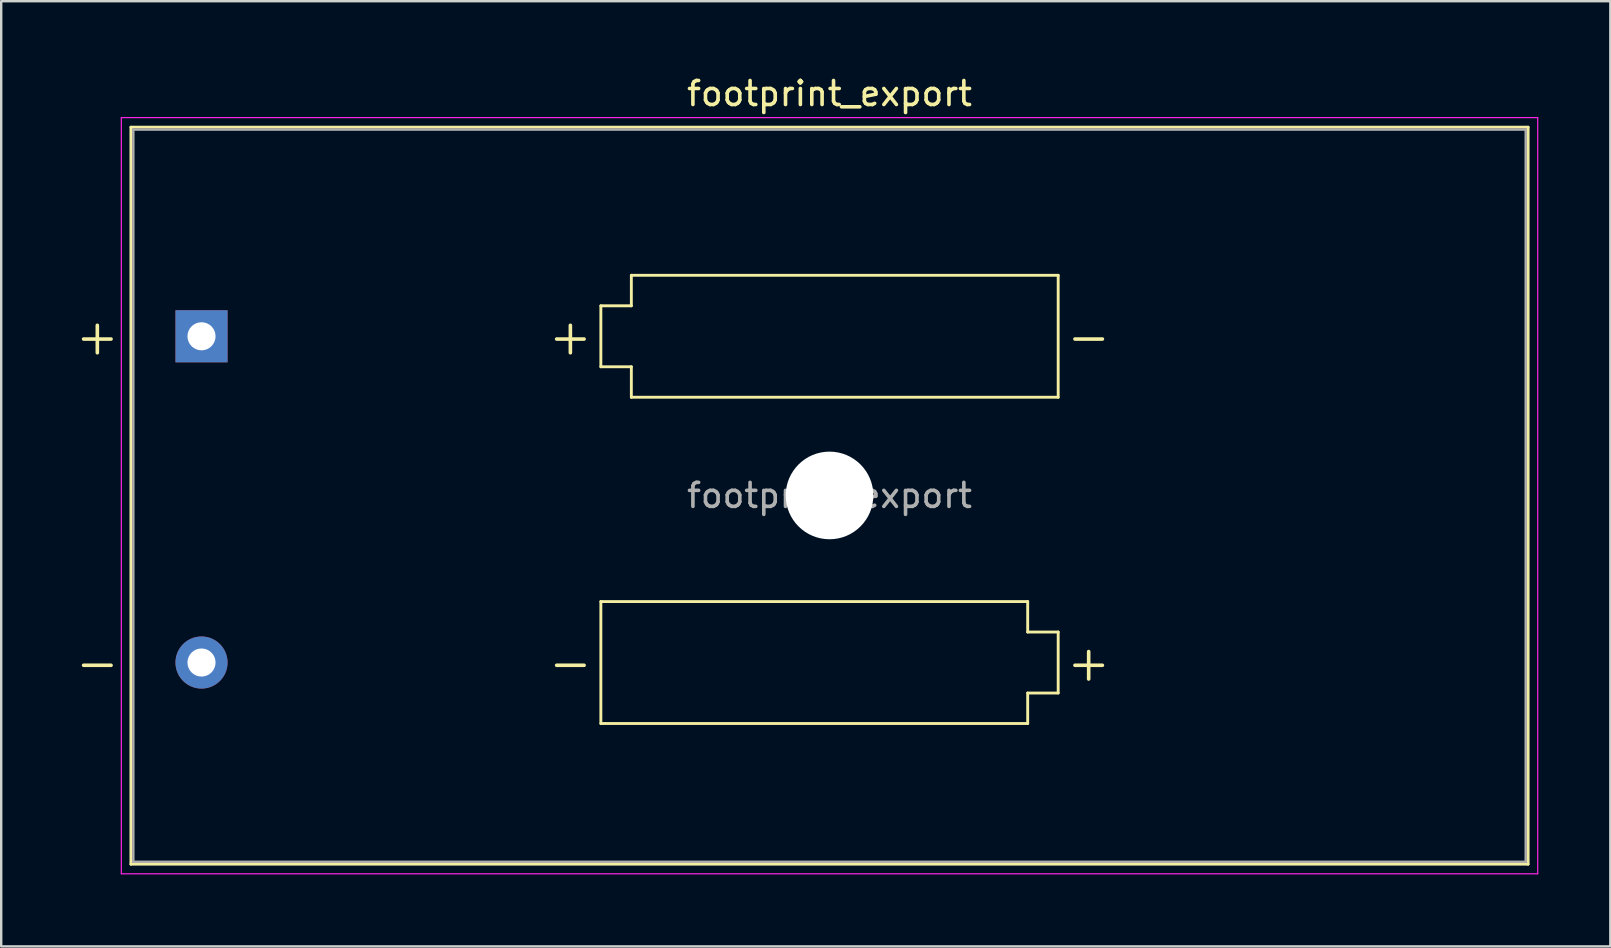
<source format=kicad_pcb>
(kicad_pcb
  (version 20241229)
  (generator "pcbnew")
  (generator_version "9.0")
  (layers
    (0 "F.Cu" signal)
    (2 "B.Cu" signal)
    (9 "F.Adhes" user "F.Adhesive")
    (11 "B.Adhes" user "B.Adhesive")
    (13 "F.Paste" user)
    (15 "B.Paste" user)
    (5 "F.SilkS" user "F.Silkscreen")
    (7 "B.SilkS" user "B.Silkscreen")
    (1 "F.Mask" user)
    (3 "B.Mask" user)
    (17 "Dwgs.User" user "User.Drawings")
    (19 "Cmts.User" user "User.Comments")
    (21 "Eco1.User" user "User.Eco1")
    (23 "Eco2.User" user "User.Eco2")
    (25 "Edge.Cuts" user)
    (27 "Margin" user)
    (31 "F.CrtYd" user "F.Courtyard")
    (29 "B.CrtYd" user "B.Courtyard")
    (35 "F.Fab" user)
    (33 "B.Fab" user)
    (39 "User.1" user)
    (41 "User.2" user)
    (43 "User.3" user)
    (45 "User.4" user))
  (footprint "footprint_export"
    (layer "F.Cu")
    (at 5.344 10.958)
    (property "Reference" "footprint_export" (at 26.16 -10.11 0) (layer "F.SilkS") (effects (font (size 1 1) (thickness 0.15))))
    (attr through_hole)
    (fp_line (start -2.94 -8.71) (end -2.94 21.99) (stroke (width 0.12) (type solid)) (layer "F.SilkS"))
    (fp_line (start -2.94 21.99) (end 55.26 21.99) (stroke (width 0.12) (type solid)) (layer "F.SilkS"))
    (fp_line (start 16.635 -1.27) (end 17.905 -1.27) (stroke (width 0.12) (type solid)) (layer "F.SilkS"))
    (fp_line (start 16.635 1.27) (end 16.635 -1.27) (stroke (width 0.12) (type solid)) (layer "F.SilkS"))
    (fp_line (start 16.635 11.05) (end 16.635 16.13) (stroke (width 0.12) (type solid)) (layer "F.SilkS"))
    (fp_line (start 16.635 16.13) (end 34.415 16.13) (stroke (width 0.12) (type solid)) (layer "F.SilkS"))
    (fp_line (start 17.905 -2.54) (end 35.685 -2.54) (stroke (width 0.12) (type solid)) (layer "F.SilkS"))
    (fp_line (start 17.905 -1.27) (end 17.905 -2.54) (stroke (width 0.12) (type solid)) (layer "F.SilkS"))
    (fp_line (start 17.905 1.27) (end 16.635 1.27) (stroke (width 0.12) (type solid)) (layer "F.SilkS"))
    (fp_line (start 17.905 2.54) (end 17.905 1.27) (stroke (width 0.12) (type solid)) (layer "F.SilkS"))
    (fp_line (start 34.415 11.05) (end 16.635 11.05) (stroke (width 0.12) (type solid)) (layer "F.SilkS"))
    (fp_line (start 34.415 12.32) (end 34.415 11.05) (stroke (width 0.12) (type solid)) (layer "F.SilkS"))
    (fp_line (start 34.415 14.86) (end 35.685 14.86) (stroke (width 0.12) (type solid)) (layer "F.SilkS"))
    (fp_line (start 34.415 16.13) (end 34.415 14.86) (stroke (width 0.12) (type solid)) (layer "F.SilkS"))
    (fp_line (start 35.685 -2.54) (end 35.685 2.54) (stroke (width 0.12) (type solid)) (layer "F.SilkS"))
    (fp_line (start 35.685 2.54) (end 17.905 2.54) (stroke (width 0.12) (type solid)) (layer "F.SilkS"))
    (fp_line (start 35.685 12.32) (end 34.415 12.32) (stroke (width 0.12) (type solid)) (layer "F.SilkS"))
    (fp_line (start 35.685 14.86) (end 35.685 12.32) (stroke (width 0.12) (type solid)) (layer "F.SilkS"))
    (fp_line (start 55.26 -8.71) (end -2.94 -8.71) (stroke (width 0.12) (type solid)) (layer "F.SilkS"))
    (fp_line (start 55.26 21.99) (end 55.26 -8.71) (stroke (width 0.12) (type solid)) (layer "F.SilkS"))
    (fp_line (start -3.34 -9.11) (end -3.34 22.39) (stroke (width 0.05) (type solid)) (layer "F.CrtYd"))
    (fp_line (start -3.34 22.39) (end 55.66 22.39) (stroke (width 0.05) (type solid)) (layer "F.CrtYd"))
    (fp_line (start 55.66 -9.11) (end -3.34 -9.11) (stroke (width 0.05) (type solid)) (layer "F.CrtYd"))
    (fp_line (start 55.66 22.39) (end 55.66 -9.11) (stroke (width 0.05) (type solid)) (layer "F.CrtYd"))
    (fp_line (start -2.84 -8.61) (end -2.84 21.89) (stroke (width 0.1) (type solid)) (layer "F.Fab"))
    (fp_line (start -2.84 21.89) (end 55.16 21.89) (stroke (width 0.1) (type solid)) (layer "F.Fab"))
    (fp_line (start 55.16 -8.61) (end -2.84 -8.61) (stroke (width 0.1) (type solid)) (layer "F.Fab"))
    (fp_line (start 55.16 21.89) (end 55.16 -8.61) (stroke (width 0.1) (type solid)) (layer "F.Fab"))
    (fp_text user "-" (at 36.955 0 0) (layer "F.SilkS") (effects (font (size 1.5 1.5) (thickness 0.15))))
    (fp_text user "+" (at 15.365 0 0) (layer "F.SilkS") (effects (font (size 1.5 1.5) (thickness 0.15))))
    (fp_text user "-" (at 15.365 13.59 0) (layer "F.SilkS") (effects (font (size 1.5 1.5) (thickness 0.15))))
    (fp_text user "-" (at -4.34 13.59 0) (layer "F.SilkS") (effects (font (size 1.5 1.5) (thickness 0.15))))
    (fp_text user "+" (at 36.955 13.59 0) (layer "F.SilkS") (effects (font (size 1.5 1.5) (thickness 0.15))))
    (fp_text user "+" (at -4.34 0 0) (layer "F.SilkS") (effects (font (size 1.5 1.5) (thickness 0.15))))
    (fp_text user "${REFERENCE}" (at 26.16 6.63 0) (layer "F.Fab") (effects (font (size 1 1) (thickness 0.15))))
    (pad "" np_thru_hole circle (at 26.16 6.63) (size 3.65 3.65) (drill 3.65) (layers "*.Cu" "*.Mask"))
    (pad "1" thru_hole rect (at 0 0) (size 2.17 2.17) (drill 1.17) (layers "*.Cu" "*.Mask"))
    (pad "2" thru_hole circle (at 0 13.59) (size 2.17 2.17) (drill 1.17) (layers "*.Cu" "*.Mask")))
  (gr_rect
    (start -3 -3)
    (end 64.029 36.373)
    (stroke (width 0.1) (type default))
    (fill no)
    (layer "Edge.Cuts")))
</source>
